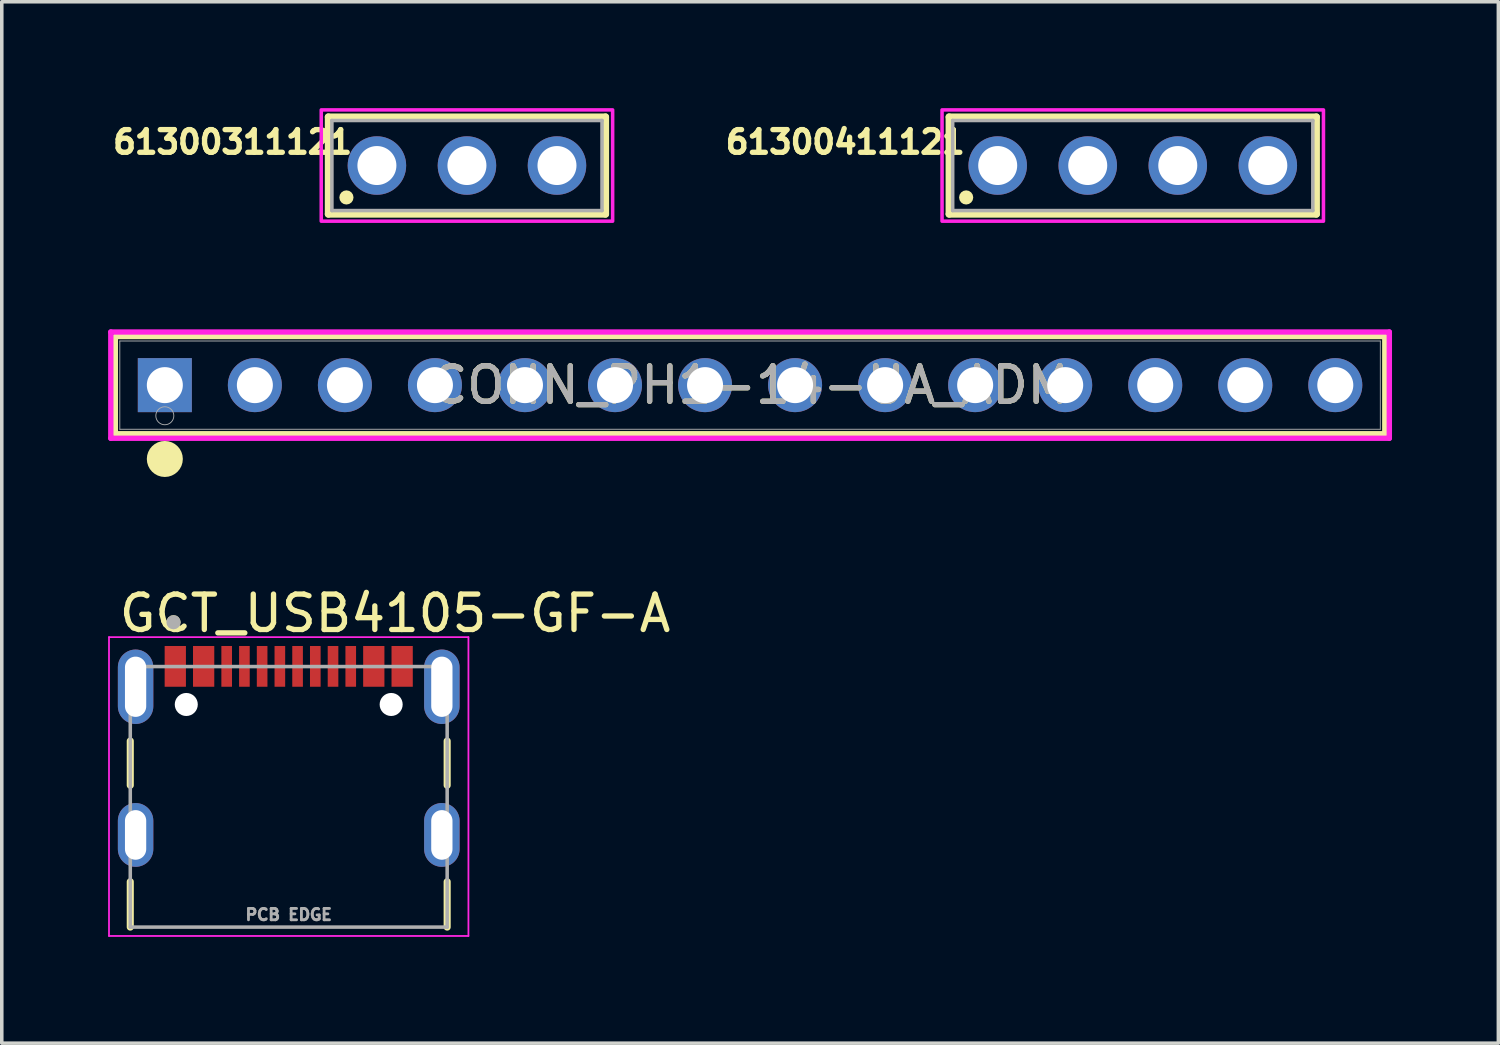
<source format=kicad_pcb>
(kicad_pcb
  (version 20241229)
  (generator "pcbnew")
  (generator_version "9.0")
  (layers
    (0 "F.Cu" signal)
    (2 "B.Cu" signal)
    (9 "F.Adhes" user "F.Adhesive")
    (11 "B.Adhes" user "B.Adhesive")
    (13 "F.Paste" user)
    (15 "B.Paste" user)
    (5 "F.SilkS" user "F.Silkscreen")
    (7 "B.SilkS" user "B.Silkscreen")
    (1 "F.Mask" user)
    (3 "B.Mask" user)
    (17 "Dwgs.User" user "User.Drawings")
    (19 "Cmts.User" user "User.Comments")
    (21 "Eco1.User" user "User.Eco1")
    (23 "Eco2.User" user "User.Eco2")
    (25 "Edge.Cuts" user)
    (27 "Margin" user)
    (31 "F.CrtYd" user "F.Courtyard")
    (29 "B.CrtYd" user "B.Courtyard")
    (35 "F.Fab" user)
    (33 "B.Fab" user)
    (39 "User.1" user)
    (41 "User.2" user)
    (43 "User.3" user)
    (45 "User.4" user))
  (footprint "61300411121"
    (layer "F.Cu")
    (at 28.906 1.62)
    (property "Reference" "61300411121" (at -8.11 -0.662 0) (layer "F.SilkS") (effects (font (size 0.64 0.64) (thickness 0.15))))
    (attr through_hole)
    (fp_line (start -5.18 -1.37) (end 5.18 -1.37) (stroke (width 0.2) (type solid)) (layer "F.SilkS"))
    (fp_line (start -5.18 1.37) (end -5.18 -1.37) (stroke (width 0.2) (type solid)) (layer "F.SilkS"))
    (fp_line (start 5.18 -1.37) (end 5.18 1.37) (stroke (width 0.2) (type solid)) (layer "F.SilkS"))
    (fp_line (start 5.18 1.37) (end -5.18 1.37) (stroke (width 0.2) (type solid)) (layer "F.SilkS"))
    (fp_circle (center -4.7 0.9) (end -4.6 0.9) (stroke (width 0.2) (type solid)) (fill no) (layer "F.SilkS"))
    (fp_poly (pts (xy -5.38 -1.57) (xy 5.38 -1.57) (xy 5.38 1.57) (xy -5.38 1.57)) (stroke (width 0.1) (type solid)) (fill no) (layer "F.CrtYd"))
    (fp_line (start -5.08 -1.27) (end -5.08 1.27) (stroke (width 0.1) (type solid)) (layer "F.Fab"))
    (fp_line (start -5.08 1.27) (end 5.08 1.27) (stroke (width 0.1) (type solid)) (layer "F.Fab"))
    (fp_line (start 5.08 -1.27) (end -5.08 -1.27) (stroke (width 0.1) (type solid)) (layer "F.Fab"))
    (fp_line (start 5.08 1.27) (end 5.08 -1.27) (stroke (width 0.1) (type solid)) (layer "F.Fab"))
    (pad "1" thru_hole circle (at -3.81 0) (size 1.65 1.65) (drill 1.1) (layers "*.Cu" "*.Mask"))
    (pad "2" thru_hole circle (at -1.27 0) (size 1.65 1.65) (drill 1.1) (layers "*.Cu" "*.Mask"))
    (pad "3" thru_hole circle (at 1.27 0) (size 1.65 1.65) (drill 1.1) (layers "*.Cu" "*.Mask"))
    (pad "4" thru_hole circle (at 3.81 0) (size 1.65 1.65) (drill 1.1) (layers "*.Cu" "*.Mask")))
  (footprint "61300311121"
    (layer "F.Cu")
    (at 10.123 1.62)
    (property "Reference" "61300311121" (at -6.61 -0.662 0) (layer "F.SilkS") (effects (font (size 0.64 0.64) (thickness 0.15))))
    (attr through_hole)
    (fp_line (start -3.91 -1.37) (end 3.91 -1.37) (stroke (width 0.2) (type solid)) (layer "F.SilkS"))
    (fp_line (start -3.91 1.37) (end -3.91 -1.37) (stroke (width 0.2) (type solid)) (layer "F.SilkS"))
    (fp_line (start 3.91 -1.37) (end 3.91 1.37) (stroke (width 0.2) (type solid)) (layer "F.SilkS"))
    (fp_line (start 3.91 1.37) (end -3.91 1.37) (stroke (width 0.2) (type solid)) (layer "F.SilkS"))
    (fp_circle (center -3.4 0.9) (end -3.3 0.9) (stroke (width 0.2) (type solid)) (fill no) (layer "F.SilkS"))
    (fp_poly (pts (xy -4.11 -1.57) (xy 4.11 -1.57) (xy 4.11 1.57) (xy -4.11 1.57)) (stroke (width 0.1) (type solid)) (fill no) (layer "F.CrtYd"))
    (fp_line (start -3.81 -1.27) (end -3.81 1.27) (stroke (width 0.1) (type solid)) (layer "F.Fab"))
    (fp_line (start -3.81 1.27) (end 3.81 1.27) (stroke (width 0.1) (type solid)) (layer "F.Fab"))
    (fp_line (start 3.81 -1.27) (end -3.81 -1.27) (stroke (width 0.1) (type solid)) (layer "F.Fab"))
    (fp_line (start 3.81 1.27) (end 3.81 -1.27) (stroke (width 0.1) (type solid)) (layer "F.Fab"))
    (pad "1" thru_hole circle (at -2.54 0) (size 1.65 1.65) (drill 1.1) (layers "*.Cu" "*.Mask"))
    (pad "2" thru_hole circle (at 0 0) (size 1.65 1.65) (drill 1.1) (layers "*.Cu" "*.Mask"))
    (pad "3" thru_hole circle (at 2.54 0) (size 1.65 1.65) (drill 1.1) (layers "*.Cu" "*.Mask")))
  (footprint "CONN_PH1-14-UA_ADM"
    (layer "F.Cu")
    (at 1.6 7.815)
    (property "Reference" "CONN_PH1-14-UA_ADM" (at 16.51 0 0) (unlocked yes) (layer "F.SilkS") (effects (font (size 1 1) (thickness 0.15))))
    (attr through_hole)
    (fp_line (start -1.397 -1.372) (end -1.397 1.372) (stroke (width 0.152) (type solid)) (layer "F.SilkS"))
    (fp_line (start -1.397 1.372) (end 34.417 1.372) (stroke (width 0.152) (type solid)) (layer "F.SilkS"))
    (fp_line (start 34.417 -1.372) (end -1.397 -1.372) (stroke (width 0.152) (type solid)) (layer "F.SilkS"))
    (fp_line (start 34.417 1.372) (end 34.417 -1.372) (stroke (width 0.152) (type solid)) (layer "F.SilkS"))
    (fp_circle (center 0 2.083) (end 0.254 2.083) (stroke (width 0.508) (type solid)) (fill no) (layer "F.SilkS"))
    (fp_line (start -1.524 -1.499) (end -1.524 1.499) (stroke (width 0.152) (type solid)) (layer "F.CrtYd"))
    (fp_line (start -1.524 1.499) (end 34.544 1.499) (stroke (width 0.152) (type solid)) (layer "F.CrtYd"))
    (fp_line (start 34.544 -1.499) (end -1.524 -1.499) (stroke (width 0.152) (type solid)) (layer "F.CrtYd"))
    (fp_line (start 34.544 1.499) (end 34.544 -1.499) (stroke (width 0.152) (type solid)) (layer "F.CrtYd"))
    (fp_line (start -1.27 -1.245) (end -1.27 1.245) (stroke (width 0.025) (type solid)) (layer "F.Fab"))
    (fp_line (start -1.27 1.245) (end 34.29 1.245) (stroke (width 0.025) (type solid)) (layer "F.Fab"))
    (fp_line (start 34.29 -1.245) (end -1.27 -1.245) (stroke (width 0.025) (type solid)) (layer "F.Fab"))
    (fp_line (start 34.29 1.245) (end 34.29 -1.245) (stroke (width 0.025) (type solid)) (layer "F.Fab"))
    (fp_circle (center 0 0.864) (end 0.254 0.864) (stroke (width 0.025) (type solid)) (fill no) (layer "F.Fab"))
    (fp_text user "${REFERENCE}" (at 16.51 0 0) (unlocked yes) (layer "F.Fab") (effects (font (size 1 1) (thickness 0.15))))
    (pad "1" thru_hole rect (at 0 0) (size 1.524 1.524) (drill 1.016) (layers "*.Cu" "*.Mask"))
    (pad "2" thru_hole circle (at 2.54 0) (size 1.524 1.524) (drill 1.016) (layers "*.Cu" "*.Mask"))
    (pad "3" thru_hole circle (at 5.08 0) (size 1.524 1.524) (drill 1.016) (layers "*.Cu" "*.Mask"))
    (pad "4" thru_hole circle (at 7.62 0) (size 1.524 1.524) (drill 1.016) (layers "*.Cu" "*.Mask"))
    (pad "5" thru_hole circle (at 10.16 0) (size 1.524 1.524) (drill 1.016) (layers "*.Cu" "*.Mask"))
    (pad "6" thru_hole circle (at 12.7 0) (size 1.524 1.524) (drill 1.016) (layers "*.Cu" "*.Mask"))
    (pad "7" thru_hole circle (at 15.24 0) (size 1.524 1.524) (drill 1.016) (layers "*.Cu" "*.Mask"))
    (pad "8" thru_hole circle (at 17.78 0) (size 1.524 1.524) (drill 1.016) (layers "*.Cu" "*.Mask"))
    (pad "9" thru_hole circle (at 20.32 0) (size 1.524 1.524) (drill 1.016) (layers "*.Cu" "*.Mask"))
    (pad "10" thru_hole circle (at 22.86 0) (size 1.524 1.524) (drill 1.016) (layers "*.Cu" "*.Mask"))
    (pad "11" thru_hole circle (at 25.4 0) (size 1.524 1.524) (drill 1.016) (layers "*.Cu" "*.Mask"))
    (pad "12" thru_hole circle (at 27.94 0) (size 1.524 1.524) (drill 1.016) (layers "*.Cu" "*.Mask"))
    (pad "13" thru_hole circle (at 30.48 0) (size 1.524 1.524) (drill 1.016) (layers "*.Cu" "*.Mask"))
    (pad "14" thru_hole circle (at 33.02 0) (size 1.524 1.524) (drill 1.016) (layers "*.Cu" "*.Mask")))
  (footprint "GCT_USB4105-GF-A"
    (layer "F.Cu")
    (at 5.095 20.504)
    (property "Reference" "GCT_USB4105-GF-A" (at 3 -6.25 0) (layer "F.SilkS") (effects (font (size 1 1) (thickness 0.15))))
    (attr smd)
    (fp_poly (pts (xy -3.55 -5.38) (xy -2.85 -5.38) (xy -2.85 -4.13) (xy -3.55 -4.13)) (stroke (width 0.01) (type solid)) (fill yes) (layer "F.Mask"))
    (fp_poly (pts (xy -2.75 -5.38) (xy -2.05 -5.38) (xy -2.05 -4.13) (xy -2.75 -4.13)) (stroke (width 0.01) (type solid)) (fill yes) (layer "F.Mask"))
    (fp_poly (pts (xy -1.95 -5.38) (xy -1.55 -5.38) (xy -1.55 -4.13) (xy -1.95 -4.13)) (stroke (width 0.01) (type solid)) (fill yes) (layer "F.Mask"))
    (fp_poly (pts (xy -1.45 -5.38) (xy -1.05 -5.38) (xy -1.05 -4.13) (xy -1.45 -4.13)) (stroke (width 0.01) (type solid)) (fill yes) (layer "F.Mask"))
    (fp_poly (pts (xy -0.95 -5.38) (xy -0.55 -5.38) (xy -0.55 -4.13) (xy -0.95 -4.13)) (stroke (width 0.01) (type solid)) (fill yes) (layer "F.Mask"))
    (fp_poly (pts (xy -0.45 -5.38) (xy -0.05 -5.38) (xy -0.05 -4.13) (xy -0.45 -4.13)) (stroke (width 0.01) (type solid)) (fill yes) (layer "F.Mask"))
    (fp_poly (pts (xy 0.05 -5.38) (xy 0.45 -5.38) (xy 0.45 -4.13) (xy 0.05 -4.13)) (stroke (width 0.01) (type solid)) (fill yes) (layer "F.Mask"))
    (fp_poly (pts (xy 0.55 -5.38) (xy 0.95 -5.38) (xy 0.95 -4.13) (xy 0.55 -4.13)) (stroke (width 0.01) (type solid)) (fill yes) (layer "F.Mask"))
    (fp_poly (pts (xy 1.05 -5.38) (xy 1.45 -5.38) (xy 1.45 -4.13) (xy 1.05 -4.13)) (stroke (width 0.01) (type solid)) (fill yes) (layer "F.Mask"))
    (fp_poly (pts (xy 1.55 -5.38) (xy 1.95 -5.38) (xy 1.95 -4.13) (xy 1.55 -4.13)) (stroke (width 0.01) (type solid)) (fill yes) (layer "F.Mask"))
    (fp_poly (pts (xy 2.05 -5.38) (xy 2.75 -5.38) (xy 2.75 -4.13) (xy 2.05 -4.13)) (stroke (width 0.01) (type solid)) (fill yes) (layer "F.Mask"))
    (fp_poly (pts (xy 2.85 -5.38) (xy 3.55 -5.38) (xy 3.55 -4.13) (xy 2.85 -4.13)) (stroke (width 0.01) (type solid)) (fill yes) (layer "F.Mask"))
    (fp_line (start -4.47 -2.65) (end -4.47 -1.4) (stroke (width 0.2) (type solid)) (layer "F.SilkS"))
    (fp_line (start -4.47 1.32) (end -4.47 2.6) (stroke (width 0.2) (type solid)) (layer "F.SilkS"))
    (fp_line (start 4.47 -2.65) (end 4.47 -1.4) (stroke (width 0.2) (type solid)) (layer "F.SilkS"))
    (fp_line (start 4.47 2.6) (end 4.47 1.32) (stroke (width 0.2) (type solid)) (layer "F.SilkS"))
    (fp_circle (center -3.25 -6) (end -3.15 -6) (stroke (width 0.2) (type solid)) (fill no) (layer "F.SilkS"))
    (fp_line (start -5.07 -5.58) (end -5.07 2.85) (stroke (width 0.05) (type solid)) (layer "F.CrtYd"))
    (fp_line (start -5.07 2.85) (end 5.07 2.85) (stroke (width 0.05) (type solid)) (layer "F.CrtYd"))
    (fp_line (start 5.07 -5.58) (end -5.07 -5.58) (stroke (width 0.05) (type solid)) (layer "F.CrtYd"))
    (fp_line (start 5.07 2.85) (end 5.07 -5.58) (stroke (width 0.05) (type solid)) (layer "F.CrtYd"))
    (fp_line (start -4.47 -4.75) (end 4.47 -4.75) (stroke (width 0.1) (type solid)) (layer "F.Fab"))
    (fp_line (start -4.47 2.6) (end -4.47 -4.75) (stroke (width 0.1) (type solid)) (layer "F.Fab"))
    (fp_line (start 4.47 -4.75) (end 4.47 2.6) (stroke (width 0.1) (type solid)) (layer "F.Fab"))
    (fp_line (start 4.47 2.6) (end -4.47 2.6) (stroke (width 0.1) (type solid)) (layer "F.Fab"))
    (fp_circle (center -3.25 -6) (end -3.15 -6) (stroke (width 0.2) (type solid)) (fill no) (layer "F.Fab"))
    (fp_text user "PCB EDGE" (at 0 2.25 0) (layer "F.Fab") (effects (font (size 0.32 0.32) (thickness 0.15))))
    (pad "" np_thru_hole circle (at -2.89 -3.68) (size 0.65 0.65) (drill 0.65) (layers "*.Cu" "*.Mask"))
    (pad "" np_thru_hole circle (at 2.89 -3.68) (size 0.65 0.65) (drill 0.65) (layers "*.Cu" "*.Mask"))
    (pad "A1" smd rect (at -3.2 -4.755) (size 0.6 1.15) (layers "F.Cu" "F.Paste"))
    (pad "A4" smd rect (at -2.4 -4.755) (size 0.6 1.15) (layers "F.Cu" "F.Paste"))
    (pad "A5" smd rect (at -1.25 -4.755) (size 0.3 1.15) (layers "F.Cu" "F.Paste"))
    (pad "A6" smd rect (at -0.25 -4.755) (size 0.3 1.15) (layers "F.Cu" "F.Paste"))
    (pad "A7" smd rect (at 0.25 -4.755) (size 0.3 1.15) (layers "F.Cu" "F.Paste"))
    (pad "A8" smd rect (at 1.25 -4.755) (size 0.3 1.15) (layers "F.Cu" "F.Paste"))
    (pad "B1" smd rect (at 3.2 -4.755) (size 0.6 1.15) (layers "F.Cu" "F.Paste"))
    (pad "B4" smd rect (at 2.4 -4.755) (size 0.6 1.15) (layers "F.Cu" "F.Paste"))
    (pad "B5" smd rect (at 1.75 -4.755) (size 0.3 1.15) (layers "F.Cu" "F.Paste"))
    (pad "B6" smd rect (at 0.75 -4.755) (size 0.3 1.15) (layers "F.Cu" "F.Paste"))
    (pad "B7" smd rect (at -0.75 -4.755) (size 0.3 1.15) (layers "F.Cu" "F.Paste"))
    (pad "B8" smd rect (at -1.75 -4.755) (size 0.3 1.15) (layers "F.Cu" "F.Paste"))
    (pad "S1" thru_hole oval (at -4.32 -4.18) (size 1 2.1) (drill oval 0.6 1.7) (layers "*.Cu" "*.Mask"))
    (pad "S1" thru_hole oval (at -4.32 0) (size 1 1.8) (drill oval 0.6 1.4) (layers "*.Cu" "*.Mask"))
    (pad "S1" thru_hole oval (at 4.32 -4.18) (size 1 2.1) (drill oval 0.6 1.7) (layers "*.Cu" "*.Mask"))
    (pad "S1" thru_hole oval (at 4.32 0) (size 1 1.8) (drill oval 0.6 1.4) (layers "*.Cu" "*.Mask")))
  (gr_rect
    (start -3 -3)
    (end 39.22 26.379)
    (stroke (width 0.1) (type default))
    (fill no)
    (layer "Edge.Cuts")))
</source>
